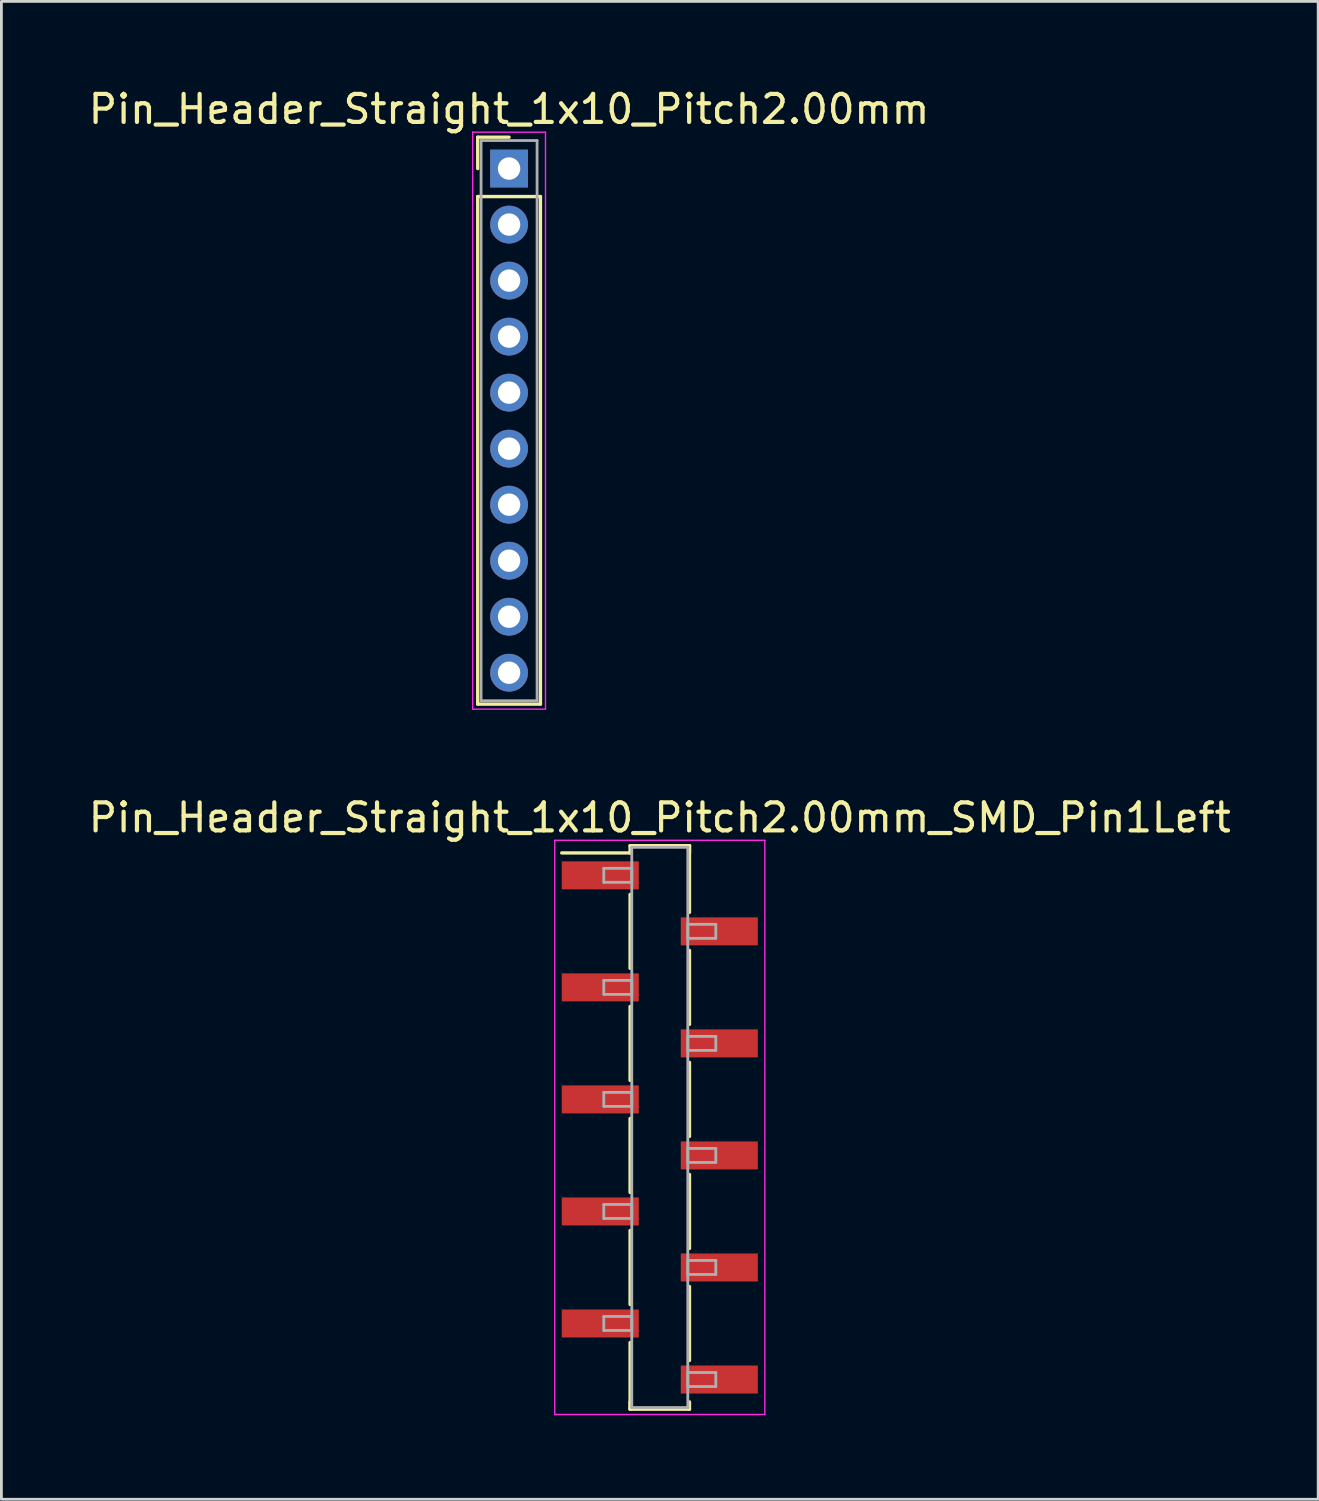
<source format=kicad_pcb>
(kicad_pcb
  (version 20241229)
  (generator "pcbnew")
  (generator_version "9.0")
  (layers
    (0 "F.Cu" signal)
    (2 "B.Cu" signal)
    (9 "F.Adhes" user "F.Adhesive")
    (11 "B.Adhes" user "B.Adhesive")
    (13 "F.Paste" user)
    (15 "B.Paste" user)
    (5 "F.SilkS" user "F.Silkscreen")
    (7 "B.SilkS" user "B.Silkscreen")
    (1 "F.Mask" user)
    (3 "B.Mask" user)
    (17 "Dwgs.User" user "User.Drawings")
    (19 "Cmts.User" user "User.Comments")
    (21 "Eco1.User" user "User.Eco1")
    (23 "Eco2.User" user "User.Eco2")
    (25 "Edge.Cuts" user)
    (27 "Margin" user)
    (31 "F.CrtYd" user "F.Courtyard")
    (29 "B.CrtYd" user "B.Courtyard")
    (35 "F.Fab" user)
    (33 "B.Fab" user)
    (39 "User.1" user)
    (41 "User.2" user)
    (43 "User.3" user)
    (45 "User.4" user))
  (footprint "Pin_Header_Straight_1x10_Pitch2.00mm_SMD_Pin1Left"
    (layer "F.Cu")
    (at 20.506 37.202)
    (property "Reference" "Pin_Header_Straight_1x10_Pitch2.00mm_SMD_Pin1Left" (at 0 -11.06 0) (layer "F.SilkS") (effects (font (size 1 1) (thickness 0.15))))
    (attr smd)
    (fp_line (start -1.06 -10.06) (end 1.06 -10.06) (stroke (width 0.12) (type solid)) (layer "F.SilkS"))
    (fp_line (start -1.06 -9.8) (end -3.5 -9.8) (stroke (width 0.12) (type solid)) (layer "F.SilkS"))
    (fp_line (start -1.06 -9.8) (end -1.06 -10.06) (stroke (width 0.12) (type solid)) (layer "F.SilkS"))
    (fp_line (start -1.06 -8.32) (end -1.06 -5.68) (stroke (width 0.12) (type solid)) (layer "F.SilkS"))
    (fp_line (start -1.06 -4.32) (end -1.06 -1.68) (stroke (width 0.12) (type solid)) (layer "F.SilkS"))
    (fp_line (start -1.06 -0.32) (end -1.06 2.32) (stroke (width 0.12) (type solid)) (layer "F.SilkS"))
    (fp_line (start -1.06 3.68) (end -1.06 6.32) (stroke (width 0.12) (type solid)) (layer "F.SilkS"))
    (fp_line (start -1.06 7.68) (end -1.06 10.06) (stroke (width 0.12) (type solid)) (layer "F.SilkS"))
    (fp_line (start -1.06 9.8) (end -1.06 10.06) (stroke (width 0.12) (type solid)) (layer "F.SilkS"))
    (fp_line (start -1.06 10.06) (end 1.06 10.06) (stroke (width 0.12) (type solid)) (layer "F.SilkS"))
    (fp_line (start 1.06 -10.06) (end 1.06 -9.8) (stroke (width 0.12) (type solid)) (layer "F.SilkS"))
    (fp_line (start 1.06 -10.06) (end 1.06 -7.68) (stroke (width 0.12) (type solid)) (layer "F.SilkS"))
    (fp_line (start 1.06 -6.32) (end 1.06 -3.68) (stroke (width 0.12) (type solid)) (layer "F.SilkS"))
    (fp_line (start 1.06 -2.32) (end 1.06 0.32) (stroke (width 0.12) (type solid)) (layer "F.SilkS"))
    (fp_line (start 1.06 1.68) (end 1.06 4.32) (stroke (width 0.12) (type solid)) (layer "F.SilkS"))
    (fp_line (start 1.06 5.68) (end 1.06 8.32) (stroke (width 0.12) (type solid)) (layer "F.SilkS"))
    (fp_line (start 1.06 10.06) (end 1.06 9.8) (stroke (width 0.12) (type solid)) (layer "F.SilkS"))
    (fp_line (start -3.75 -10.25) (end -3.75 10.25) (stroke (width 0.05) (type solid)) (layer "F.CrtYd"))
    (fp_line (start -3.75 10.25) (end 3.75 10.25) (stroke (width 0.05) (type solid)) (layer "F.CrtYd"))
    (fp_line (start 3.75 -10.25) (end -3.75 -10.25) (stroke (width 0.05) (type solid)) (layer "F.CrtYd"))
    (fp_line (start 3.75 10.25) (end 3.75 -10.25) (stroke (width 0.05) (type solid)) (layer "F.CrtYd"))
    (fp_line (start -2 -9.25) (end -1 -9.25) (stroke (width 0.1) (type solid)) (layer "F.Fab"))
    (fp_line (start -2 -8.75) (end -2 -9.25) (stroke (width 0.1) (type solid)) (layer "F.Fab"))
    (fp_line (start -2 -5.25) (end -1 -5.25) (stroke (width 0.1) (type solid)) (layer "F.Fab"))
    (fp_line (start -2 -4.75) (end -2 -5.25) (stroke (width 0.1) (type solid)) (layer "F.Fab"))
    (fp_line (start -2 -1.25) (end -1 -1.25) (stroke (width 0.1) (type solid)) (layer "F.Fab"))
    (fp_line (start -2 -0.75) (end -2 -1.25) (stroke (width 0.1) (type solid)) (layer "F.Fab"))
    (fp_line (start -2 2.75) (end -1 2.75) (stroke (width 0.1) (type solid)) (layer "F.Fab"))
    (fp_line (start -2 3.25) (end -2 2.75) (stroke (width 0.1) (type solid)) (layer "F.Fab"))
    (fp_line (start -2 6.75) (end -1 6.75) (stroke (width 0.1) (type solid)) (layer "F.Fab"))
    (fp_line (start -2 7.25) (end -2 6.75) (stroke (width 0.1) (type solid)) (layer "F.Fab"))
    (fp_line (start -1 -10) (end -1 10) (stroke (width 0.1) (type solid)) (layer "F.Fab"))
    (fp_line (start -1 -9.25) (end -1 -8.75) (stroke (width 0.1) (type solid)) (layer "F.Fab"))
    (fp_line (start -1 -8.75) (end -2 -8.75) (stroke (width 0.1) (type solid)) (layer "F.Fab"))
    (fp_line (start -1 -5.25) (end -1 -4.75) (stroke (width 0.1) (type solid)) (layer "F.Fab"))
    (fp_line (start -1 -4.75) (end -2 -4.75) (stroke (width 0.1) (type solid)) (layer "F.Fab"))
    (fp_line (start -1 -1.25) (end -1 -0.75) (stroke (width 0.1) (type solid)) (layer "F.Fab"))
    (fp_line (start -1 -0.75) (end -2 -0.75) (stroke (width 0.1) (type solid)) (layer "F.Fab"))
    (fp_line (start -1 2.75) (end -1 3.25) (stroke (width 0.1) (type solid)) (layer "F.Fab"))
    (fp_line (start -1 3.25) (end -2 3.25) (stroke (width 0.1) (type solid)) (layer "F.Fab"))
    (fp_line (start -1 6.75) (end -1 7.25) (stroke (width 0.1) (type solid)) (layer "F.Fab"))
    (fp_line (start -1 7.25) (end -2 7.25) (stroke (width 0.1) (type solid)) (layer "F.Fab"))
    (fp_line (start -1 10) (end 1 10) (stroke (width 0.1) (type solid)) (layer "F.Fab"))
    (fp_line (start 1 -10) (end -1 -10) (stroke (width 0.1) (type solid)) (layer "F.Fab"))
    (fp_line (start 1 -7.25) (end 1 -6.75) (stroke (width 0.1) (type solid)) (layer "F.Fab"))
    (fp_line (start 1 -6.75) (end 2 -6.75) (stroke (width 0.1) (type solid)) (layer "F.Fab"))
    (fp_line (start 1 -3.25) (end 1 -2.75) (stroke (width 0.1) (type solid)) (layer "F.Fab"))
    (fp_line (start 1 -2.75) (end 2 -2.75) (stroke (width 0.1) (type solid)) (layer "F.Fab"))
    (fp_line (start 1 0.75) (end 1 1.25) (stroke (width 0.1) (type solid)) (layer "F.Fab"))
    (fp_line (start 1 1.25) (end 2 1.25) (stroke (width 0.1) (type solid)) (layer "F.Fab"))
    (fp_line (start 1 4.75) (end 1 5.25) (stroke (width 0.1) (type solid)) (layer "F.Fab"))
    (fp_line (start 1 5.25) (end 2 5.25) (stroke (width 0.1) (type solid)) (layer "F.Fab"))
    (fp_line (start 1 8.75) (end 1 9.25) (stroke (width 0.1) (type solid)) (layer "F.Fab"))
    (fp_line (start 1 9.25) (end 2 9.25) (stroke (width 0.1) (type solid)) (layer "F.Fab"))
    (fp_line (start 1 10) (end 1 -10) (stroke (width 0.1) (type solid)) (layer "F.Fab"))
    (fp_line (start 2 -7.25) (end 1 -7.25) (stroke (width 0.1) (type solid)) (layer "F.Fab"))
    (fp_line (start 2 -6.75) (end 2 -7.25) (stroke (width 0.1) (type solid)) (layer "F.Fab"))
    (fp_line (start 2 -3.25) (end 1 -3.25) (stroke (width 0.1) (type solid)) (layer "F.Fab"))
    (fp_line (start 2 -2.75) (end 2 -3.25) (stroke (width 0.1) (type solid)) (layer "F.Fab"))
    (fp_line (start 2 0.75) (end 1 0.75) (stroke (width 0.1) (type solid)) (layer "F.Fab"))
    (fp_line (start 2 1.25) (end 2 0.75) (stroke (width 0.1) (type solid)) (layer "F.Fab"))
    (fp_line (start 2 4.75) (end 1 4.75) (stroke (width 0.1) (type solid)) (layer "F.Fab"))
    (fp_line (start 2 5.25) (end 2 4.75) (stroke (width 0.1) (type solid)) (layer "F.Fab"))
    (fp_line (start 2 8.75) (end 1 8.75) (stroke (width 0.1) (type solid)) (layer "F.Fab"))
    (fp_line (start 2 9.25) (end 2 8.75) (stroke (width 0.1) (type solid)) (layer "F.Fab"))
    (pad "1" smd rect (at -2.125 -9) (size 2.75 1) (layers "F.Cu" "F.Mask"))
    (pad "2" smd rect (at 2.125 -7) (size 2.75 1) (layers "F.Cu" "F.Mask"))
    (pad "3" smd rect (at -2.125 -5) (size 2.75 1) (layers "F.Cu" "F.Mask"))
    (pad "4" smd rect (at 2.125 -3) (size 2.75 1) (layers "F.Cu" "F.Mask"))
    (pad "5" smd rect (at -2.125 -1) (size 2.75 1) (layers "F.Cu" "F.Mask"))
    (pad "6" smd rect (at 2.125 1) (size 2.75 1) (layers "F.Cu" "F.Mask"))
    (pad "7" smd rect (at -2.125 3) (size 2.75 1) (layers "F.Cu" "F.Mask"))
    (pad "8" smd rect (at 2.125 5) (size 2.75 1) (layers "F.Cu" "F.Mask"))
    (pad "9" smd rect (at -2.125 7) (size 2.75 1) (layers "F.Cu" "F.Mask"))
    (pad "10" smd rect (at 2.125 9) (size 2.75 1) (layers "F.Cu" "F.Mask")))
  (footprint "Pin_Header_Straight_1x10_Pitch2.00mm"
    (layer "F.Cu")
    (at 15.125 2.968)
    (property "Reference" "Pin_Header_Straight_1x10_Pitch2.00mm" (at 0 -2.12 0) (layer "F.SilkS") (effects (font (size 1 1) (thickness 0.15))))
    (attr through_hole)
    (fp_line (start -1.12 -1.12) (end 0 -1.12) (stroke (width 0.12) (type solid)) (layer "F.SilkS"))
    (fp_line (start -1.12 0) (end -1.12 -1.12) (stroke (width 0.12) (type solid)) (layer "F.SilkS"))
    (fp_line (start -1.12 1) (end -1.12 19.12) (stroke (width 0.12) (type solid)) (layer "F.SilkS"))
    (fp_line (start -1.12 19.12) (end 1.12 19.12) (stroke (width 0.12) (type solid)) (layer "F.SilkS"))
    (fp_line (start 1.12 1) (end -1.12 1) (stroke (width 0.12) (type solid)) (layer "F.SilkS"))
    (fp_line (start 1.12 19.12) (end 1.12 1) (stroke (width 0.12) (type solid)) (layer "F.SilkS"))
    (fp_line (start -1.3 -1.3) (end -1.3 19.3) (stroke (width 0.05) (type solid)) (layer "F.CrtYd"))
    (fp_line (start -1.3 19.3) (end 1.3 19.3) (stroke (width 0.05) (type solid)) (layer "F.CrtYd"))
    (fp_line (start 1.3 -1.3) (end -1.3 -1.3) (stroke (width 0.05) (type solid)) (layer "F.CrtYd"))
    (fp_line (start 1.3 19.3) (end 1.3 -1.3) (stroke (width 0.05) (type solid)) (layer "F.CrtYd"))
    (fp_line (start -1 -1) (end -1 19) (stroke (width 0.1) (type solid)) (layer "F.Fab"))
    (fp_line (start -1 19) (end 1 19) (stroke (width 0.1) (type solid)) (layer "F.Fab"))
    (fp_line (start 1 -1) (end -1 -1) (stroke (width 0.1) (type solid)) (layer "F.Fab"))
    (fp_line (start 1 19) (end 1 -1) (stroke (width 0.1) (type solid)) (layer "F.Fab"))
    (pad "1" thru_hole rect (at 0 0) (size 1.35 1.35) (drill 0.8) (layers "*.Cu" "*.Mask"))
    (pad "2" thru_hole oval (at 0 2) (size 1.35 1.35) (drill 0.8) (layers "*.Cu" "*.Mask"))
    (pad "3" thru_hole oval (at 0 4) (size 1.35 1.35) (drill 0.8) (layers "*.Cu" "*.Mask"))
    (pad "4" thru_hole oval (at 0 6) (size 1.35 1.35) (drill 0.8) (layers "*.Cu" "*.Mask"))
    (pad "5" thru_hole oval (at 0 8) (size 1.35 1.35) (drill 0.8) (layers "*.Cu" "*.Mask"))
    (pad "6" thru_hole oval (at 0 10) (size 1.35 1.35) (drill 0.8) (layers "*.Cu" "*.Mask"))
    (pad "7" thru_hole oval (at 0 12) (size 1.35 1.35) (drill 0.8) (layers "*.Cu" "*.Mask"))
    (pad "8" thru_hole oval (at 0 14) (size 1.35 1.35) (drill 0.8) (layers "*.Cu" "*.Mask"))
    (pad "9" thru_hole oval (at 0 16) (size 1.35 1.35) (drill 0.8) (layers "*.Cu" "*.Mask"))
    (pad "10" thru_hole oval (at 0 18) (size 1.35 1.35) (drill 0.8) (layers "*.Cu" "*.Mask")))
  (gr_rect
    (start -3 -3)
    (end 44.012 50.477)
    (stroke (width 0.1) (type default))
    (fill no)
    (layer "Edge.Cuts")))
</source>
